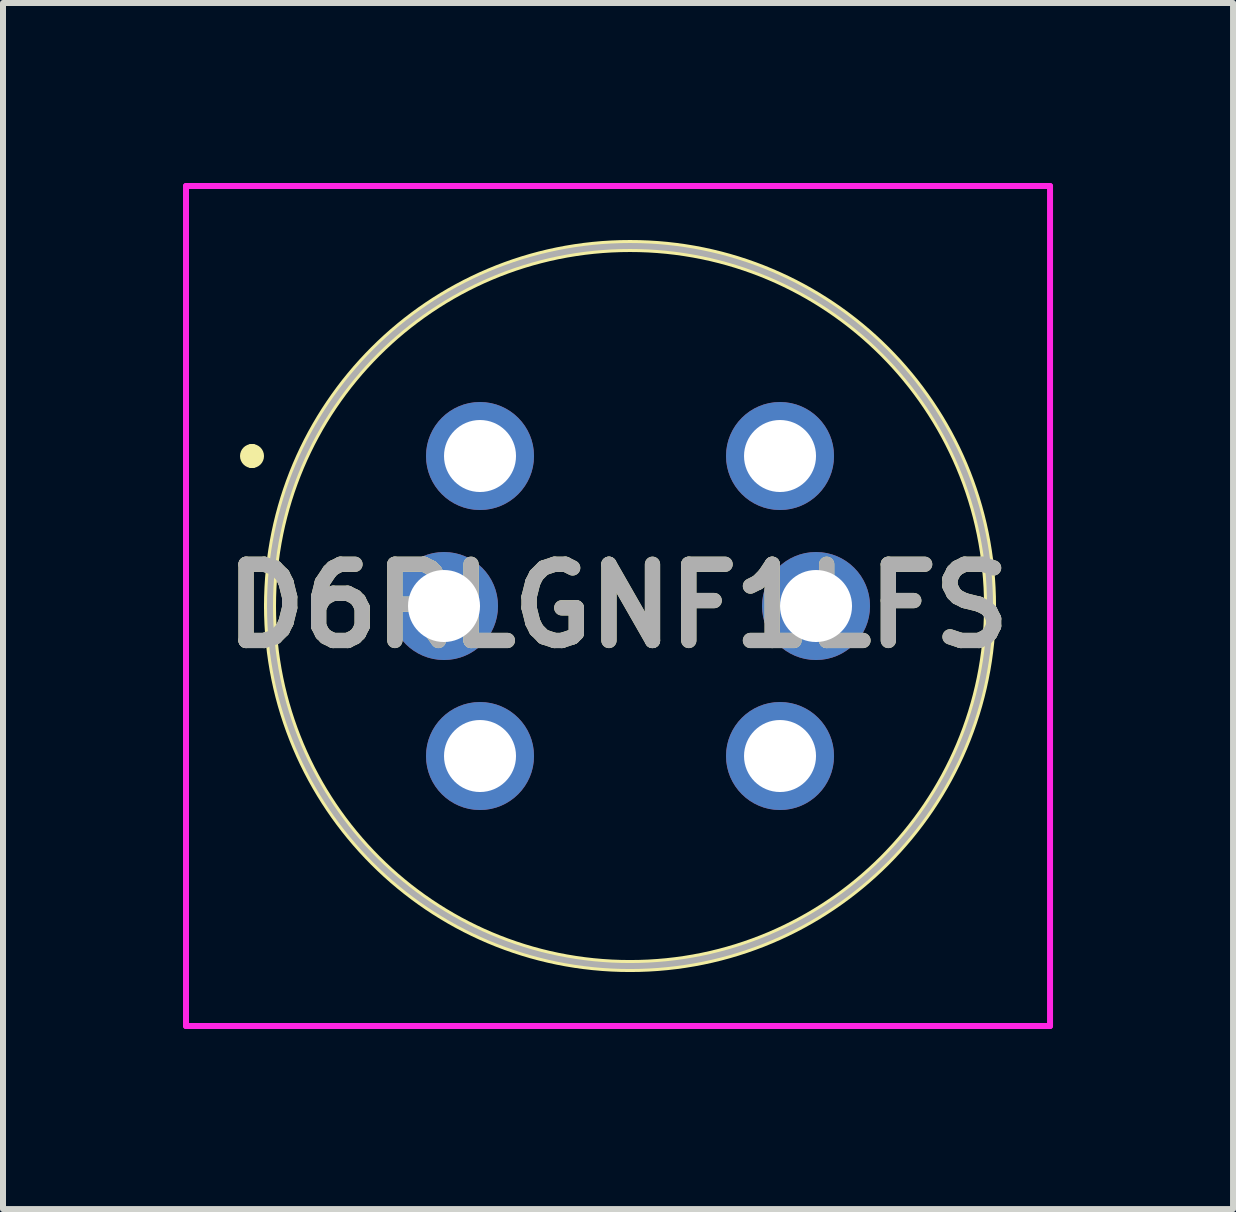
<source format=kicad_pcb>
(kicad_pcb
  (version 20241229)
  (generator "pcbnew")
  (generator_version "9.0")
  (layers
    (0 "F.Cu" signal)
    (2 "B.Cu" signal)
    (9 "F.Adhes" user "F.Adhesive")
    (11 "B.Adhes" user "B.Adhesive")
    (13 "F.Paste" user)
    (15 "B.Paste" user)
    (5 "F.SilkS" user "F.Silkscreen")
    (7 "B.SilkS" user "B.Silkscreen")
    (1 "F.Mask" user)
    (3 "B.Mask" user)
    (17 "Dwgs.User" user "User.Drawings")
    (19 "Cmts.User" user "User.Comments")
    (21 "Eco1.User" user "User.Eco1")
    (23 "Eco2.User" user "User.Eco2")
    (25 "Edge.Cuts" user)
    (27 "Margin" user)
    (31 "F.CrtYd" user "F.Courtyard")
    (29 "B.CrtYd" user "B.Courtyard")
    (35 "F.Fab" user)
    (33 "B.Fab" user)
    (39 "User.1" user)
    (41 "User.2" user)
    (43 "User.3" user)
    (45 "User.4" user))
  (footprint "D6RLGNF1LFS"
    (layer "F.Cu")
    (at 4.95 4.55)
    (property "Reference" "D6RLGNF1LFS" (at 2.3 2.5 0) (layer "F.SilkS") (effects (font (size 1.27 1.27) (thickness 0.254))))
    (attr through_hole)
    (fp_line (start -3.8 -0.1) (end -3.8 -0.1) (stroke (width 0.2) (type solid)) (layer "F.SilkS"))
    (fp_line (start -3.8 0.1) (end -3.8 0.1) (stroke (width 0.2) (type solid)) (layer "F.SilkS"))
    (fp_line (start -3.5 2.5) (end -3.5 2.5) (stroke (width 0.2) (type solid)) (layer "F.SilkS"))
    (fp_line (start 8.5 2.5) (end 8.5 2.5) (stroke (width 0.2) (type solid)) (layer "F.SilkS"))
    (fp_arc (start -3.8 -0.1) (mid -3.7 0) (end -3.8 0.1) (stroke (width 0.2) (type solid)) (layer "F.SilkS"))
    (fp_arc (start -3.8 0.1) (mid -3.9 0) (end -3.8 -0.1) (stroke (width 0.2) (type solid)) (layer "F.SilkS"))
    (fp_arc (start -3.5 2.5) (mid 2.5 -3.5) (end 8.5 2.5) (stroke (width 0.2) (type solid)) (layer "F.SilkS"))
    (fp_arc (start 8.5 2.5) (mid 2.5 8.5) (end -3.5 2.5) (stroke (width 0.2) (type solid)) (layer "F.SilkS"))
    (fp_line (start -4.9 -4.5) (end 9.5 -4.5) (stroke (width 0.1) (type solid)) (layer "F.CrtYd"))
    (fp_line (start -4.9 9.5) (end -4.9 -4.5) (stroke (width 0.1) (type solid)) (layer "F.CrtYd"))
    (fp_line (start 9.5 -4.5) (end 9.5 9.5) (stroke (width 0.1) (type solid)) (layer "F.CrtYd"))
    (fp_line (start 9.5 9.5) (end -4.9 9.5) (stroke (width 0.1) (type solid)) (layer "F.CrtYd"))
    (fp_line (start -3.5 2.5) (end -3.5 2.5) (stroke (width 0.1) (type solid)) (layer "F.Fab"))
    (fp_line (start 8.5 2.5) (end 8.5 2.5) (stroke (width 0.1) (type solid)) (layer "F.Fab"))
    (fp_arc (start -3.5 2.5) (mid 2.5 -3.5) (end 8.5 2.5) (stroke (width 0.1) (type solid)) (layer "F.Fab"))
    (fp_arc (start 8.5 2.5) (mid 2.5 8.5) (end -3.5 2.5) (stroke (width 0.1) (type solid)) (layer "F.Fab"))
    (fp_text user "${REFERENCE}" (at 2.3 2.5 0) (layer "F.Fab") (effects (font (size 1.27 1.27) (thickness 0.254))))
    (pad "1" thru_hole circle (at 0 0) (size 1.8 1.8) (drill 1.2) (layers "*.Cu" "*.Mask"))
    (pad "2" thru_hole circle (at 5 0) (size 1.8 1.8) (drill 1.2) (layers "*.Cu" "*.Mask"))
    (pad "3" thru_hole circle (at 0 5) (size 1.8 1.8) (drill 1.2) (layers "*.Cu" "*.Mask"))
    (pad "4" thru_hole circle (at 5 5) (size 1.8 1.8) (drill 1.2) (layers "*.Cu" "*.Mask"))
    (pad "L1" thru_hole circle (at -0.6 2.5) (size 1.8 1.8) (drill 1.2) (layers "*.Cu" "*.Mask"))
    (pad "L2" thru_hole circle (at 5.6 2.5) (size 1.8 1.8) (drill 1.2) (layers "*.Cu" "*.Mask")))
  (gr_rect
    (start -3 -3)
    (end 17.5 17.1)
    (stroke (width 0.1) (type default))
    (fill no)
    (layer "Edge.Cuts")))
</source>
